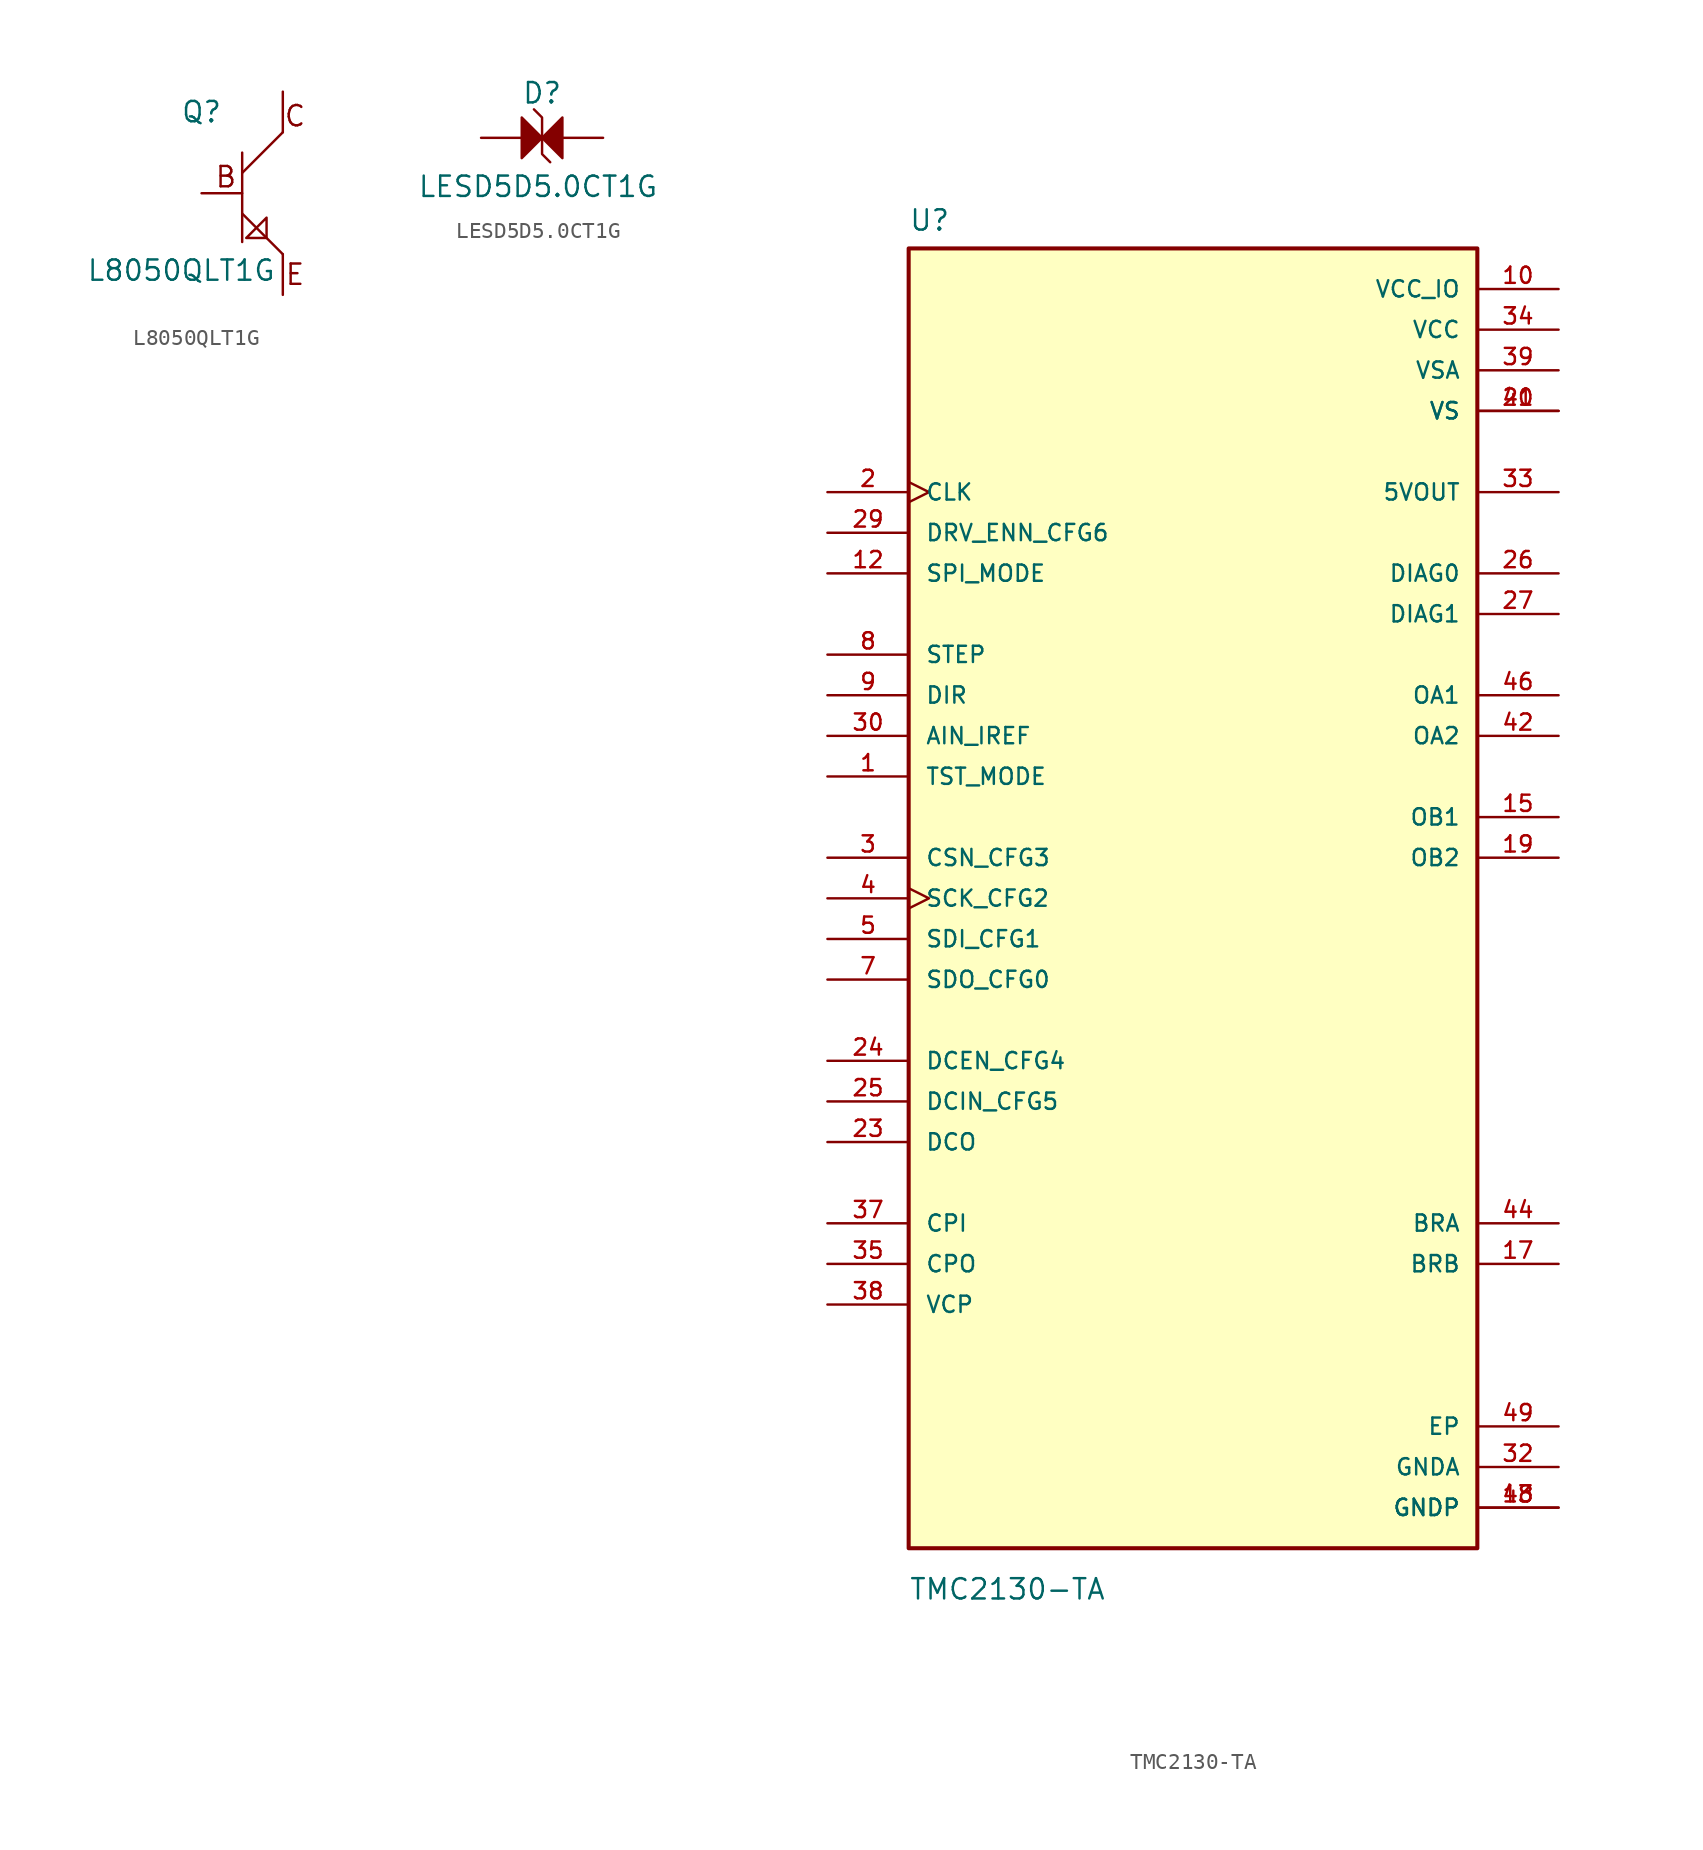
<source format=kicad_sym>
(kicad_symbol_lib
  (version 20241209)
  (generator "kicad_symbol_editor")
  (generator_version "9.0")
  (symbol "L8050QLT1G"
    (property "Reference" "Q"
      (at -5.08 1.27 0)
      (effects (font (size 1.27 1.27))))
    (property "Value" "L8050QLT1G"
      (at -6.35 -8.636 0)
      (effects (font (size 1.27 1.27))))
    (symbol "L8050QLT1G_0_1"
      (polyline (pts (xy -2.54 -1.27) (xy -2.54 -6.858)) (stroke (width 0) (type default)) (fill (type none)))
      (polyline (pts (xy -2.54 -2.54) (xy 0 0)) (stroke (width 0) (type default)) (fill (type none)))
      (polyline (pts (xy -2.54 -5.08) (xy 0 -7.62)) (stroke (width 0) (type default)) (fill (type none)))
      (polyline (pts (xy -1.016 -6.604) (xy -2.286 -6.604) (xy -1.016 -5.334) (xy -1.016 -6.604)) (stroke (width 0) (type default)) (fill (type none))))
    (symbol "L8050QLT1G_1_1"
      (text "B" (at -3.556 -2.794 0) (effects (font (size 1.27 1.27))))
      (text "C" (at 0.762 1.016 0) (effects (font (size 1.27 1.27))))
      (text "E" (at 0.762 -8.89 0) (effects (font (size 1.27 1.27))))
      (pin input line (at -5.08 -3.81 0) (length 2.54) (name "" (effects (font (size 1.27 1.27)))) (number "" (effects (font (size 1.27 1.27)))))
      (pin input line (at 0 2.54 270) (length 2.54) (name "" (effects (font (size 1.27 1.27)))) (number "" (effects (font (size 1.27 1.27)))))
      (pin output line (at 0 -10.16 90) (length 2.54) (name "" (effects (font (size 1.27 1.27)))) (number "" (effects (font (size 1.27 1.27)))))))
  (symbol "LESD5D5.0CT1G"
    (property "Reference" "D"
      (at 0 2.794 0)
      (effects (font (size 1.27 1.27))))
    (property "Value" "LESD5D5.0CT1G"
      (at -0.254 -3.048 0)
      (effects (font (size 1.27 1.27))))
    (symbol "LESD5D5.0CT1G_0_1"
      (polyline (pts (xy 0 0) (xy 0 1.27) (xy -0.508 1.778)) (stroke (width 0) (type default)) (fill (type none)))
      (polyline (pts (xy 0 0) (xy 0 -1.016) (xy 0.508 -1.524)) (stroke (width 0) (type default)) (fill (type none))))
    (symbol "LESD5D5.0CT1G_1_1"
      (polyline (pts (xy 0 0) (xy -1.27 1.27) (xy -1.27 -1.27) (xy 0 0)) (stroke (width 0) (type default)) (fill (type outline)))
      (polyline (pts (xy 0 0) (xy 1.27 1.27) (xy 1.27 -1.27) (xy 0 0)) (stroke (width 0) (type default)) (fill (type outline)))
      (pin passive line (at -3.81 0 0) (length 2.54) (name "" (effects (font (size 1.27 1.27)))) (number "" (effects (font (size 1.27 1.27)))))
      (pin passive line (at 3.81 0 180) (length 2.54) (name "" (effects (font (size 1.27 1.27)))) (number "" (effects (font (size 1.27 1.27)))))))
  (symbol "TMC2130-TA"
    (pin_names
      (offset 1.016))
    (property "Reference" "U"
      (at -17.78 41.656 0)
      (effects (font (size 1.27 1.27)) (justify left bottom)))
    (property "Value" "TMC2130-TA"
      (at -17.78 -43.942 0)
      (effects (font (size 1.27 1.27)) (justify left bottom)))
    (symbol "TMC2130-TA_0_0"
      (rectangle (start -17.78 -40.64) (end 17.78 40.64) (stroke (width 0.254) (type default)) (fill (type background)))
      (pin input clock (at -22.86 25.4 0) (length 5.08) (name "CLK" (effects (font (size 1.016 1.016)))) (number "2" (effects (font (size 1.016 1.016)))))
      (pin input line (at -22.86 22.86 0) (length 5.08) (name "DRV_ENN_CFG6" (effects (font (size 1.016 1.016)))) (number "29" (effects (font (size 1.016 1.016)))))
      (pin input line (at -22.86 20.32 0) (length 5.08) (name "SPI_MODE" (effects (font (size 1.016 1.016)))) (number "12" (effects (font (size 1.016 1.016)))))
      (pin input line (at -22.86 15.24 0) (length 5.08) (name "STEP" (effects (font (size 1.016 1.016)))) (number "8" (effects (font (size 1.016 1.016)))))
      (pin input line (at -22.86 12.7 0) (length 5.08) (name "DIR" (effects (font (size 1.016 1.016)))) (number "9" (effects (font (size 1.016 1.016)))))
      (pin input line (at -22.86 10.16 0) (length 5.08) (name "AIN_IREF" (effects (font (size 1.016 1.016)))) (number "30" (effects (font (size 1.016 1.016)))))
      (pin input line (at -22.86 7.62 0) (length 5.08) (name "TST_MODE" (effects (font (size 1.016 1.016)))) (number "1" (effects (font (size 1.016 1.016)))))
      (pin input line (at -22.86 2.54 0) (length 5.08) (name "CSN_CFG3" (effects (font (size 1.016 1.016)))) (number "3" (effects (font (size 1.016 1.016)))))
      (pin input clock (at -22.86 0 0) (length 5.08) (name "SCK_CFG2" (effects (font (size 1.016 1.016)))) (number "4" (effects (font (size 1.016 1.016)))))
      (pin input line (at -22.86 -2.54 0) (length 5.08) (name "SDI_CFG1" (effects (font (size 1.016 1.016)))) (number "5" (effects (font (size 1.016 1.016)))))
      (pin bidirectional line (at -22.86 -5.08 0) (length 5.08) (name "SDO_CFG0" (effects (font (size 1.016 1.016)))) (number "7" (effects (font (size 1.016 1.016)))))
      (pin input line (at -22.86 -10.16 0) (length 5.08) (name "DCEN_CFG4" (effects (font (size 1.016 1.016)))) (number "24" (effects (font (size 1.016 1.016)))))
      (pin input line (at -22.86 -12.7 0) (length 5.08) (name "DCIN_CFG5" (effects (font (size 1.016 1.016)))) (number "25" (effects (font (size 1.016 1.016)))))
      (pin output line (at -22.86 -15.24 0) (length 5.08) (name "DCO" (effects (font (size 1.016 1.016)))) (number "23" (effects (font (size 1.016 1.016)))))
      (pin passive line (at -22.86 -20.32 0) (length 5.08) (name "CPI" (effects (font (size 1.016 1.016)))) (number "37" (effects (font (size 1.016 1.016)))))
      (pin passive line (at -22.86 -22.86 0) (length 5.08) (name "CPO" (effects (font (size 1.016 1.016)))) (number "35" (effects (font (size 1.016 1.016)))))
      (pin passive line (at -22.86 -25.4 0) (length 5.08) (name "VCP" (effects (font (size 1.016 1.016)))) (number "38" (effects (font (size 1.016 1.016)))))
      (pin power_in line (at 22.86 38.1 180) (length 5.08) (name "VCC_IO" (effects (font (size 1.016 1.016)))) (number "10" (effects (font (size 1.016 1.016)))))
      (pin power_in line (at 22.86 35.56 180) (length 5.08) (name "VCC" (effects (font (size 1.016 1.016)))) (number "34" (effects (font (size 1.016 1.016)))))
      (pin power_in line (at 22.86 33.02 180) (length 5.08) (name "VSA" (effects (font (size 1.016 1.016)))) (number "39" (effects (font (size 1.016 1.016)))))
      (pin power_in line (at 22.86 30.48 180) (length 5.08) (name "VS" (effects (font (size 1.016 1.016)))) (number "21" (effects (font (size 1.016 1.016)))))
      (pin power_in line (at 22.86 30.48 180) (length 5.08) (name "VS" (effects (font (size 1.016 1.016)))) (number "40" (effects (font (size 1.016 1.016)))))
      (pin output line (at 22.86 25.4 180) (length 5.08) (name "5VOUT" (effects (font (size 1.016 1.016)))) (number "33" (effects (font (size 1.016 1.016)))))
      (pin output line (at 22.86 20.32 180) (length 5.08) (name "DIAG0" (effects (font (size 1.016 1.016)))) (number "26" (effects (font (size 1.016 1.016)))))
      (pin output line (at 22.86 17.78 180) (length 5.08) (name "DIAG1" (effects (font (size 1.016 1.016)))) (number "27" (effects (font (size 1.016 1.016)))))
      (pin output line (at 22.86 12.7 180) (length 5.08) (name "OA1" (effects (font (size 1.016 1.016)))) (number "46" (effects (font (size 1.016 1.016)))))
      (pin output line (at 22.86 10.16 180) (length 5.08) (name "OA2" (effects (font (size 1.016 1.016)))) (number "42" (effects (font (size 1.016 1.016)))))
      (pin output line (at 22.86 5.08 180) (length 5.08) (name "OB1" (effects (font (size 1.016 1.016)))) (number "15" (effects (font (size 1.016 1.016)))))
      (pin output line (at 22.86 2.54 180) (length 5.08) (name "OB2" (effects (font (size 1.016 1.016)))) (number "19" (effects (font (size 1.016 1.016)))))
      (pin passive line (at 22.86 -20.32 180) (length 5.08) (name "BRA" (effects (font (size 1.016 1.016)))) (number "44" (effects (font (size 1.016 1.016)))))
      (pin passive line (at 22.86 -22.86 180) (length 5.08) (name "BRB" (effects (font (size 1.016 1.016)))) (number "17" (effects (font (size 1.016 1.016)))))
      (pin power_in line (at 22.86 -33.02 180) (length 5.08) (name "EP" (effects (font (size 1.016 1.016)))) (number "49" (effects (font (size 1.016 1.016)))))
      (pin power_in line (at 22.86 -35.56 180) (length 5.08) (name "GNDA" (effects (font (size 1.016 1.016)))) (number "32" (effects (font (size 1.016 1.016)))))
      (pin power_in line (at 22.86 -38.1 180) (length 5.08) (name "GNDP" (effects (font (size 1.016 1.016)))) (number "13" (effects (font (size 1.016 1.016)))))
      (pin power_in line (at 22.86 -38.1 180) (length 5.08) (name "GNDP" (effects (font (size 1.016 1.016)))) (number "48" (effects (font (size 1.016 1.016))))))))
</source>
